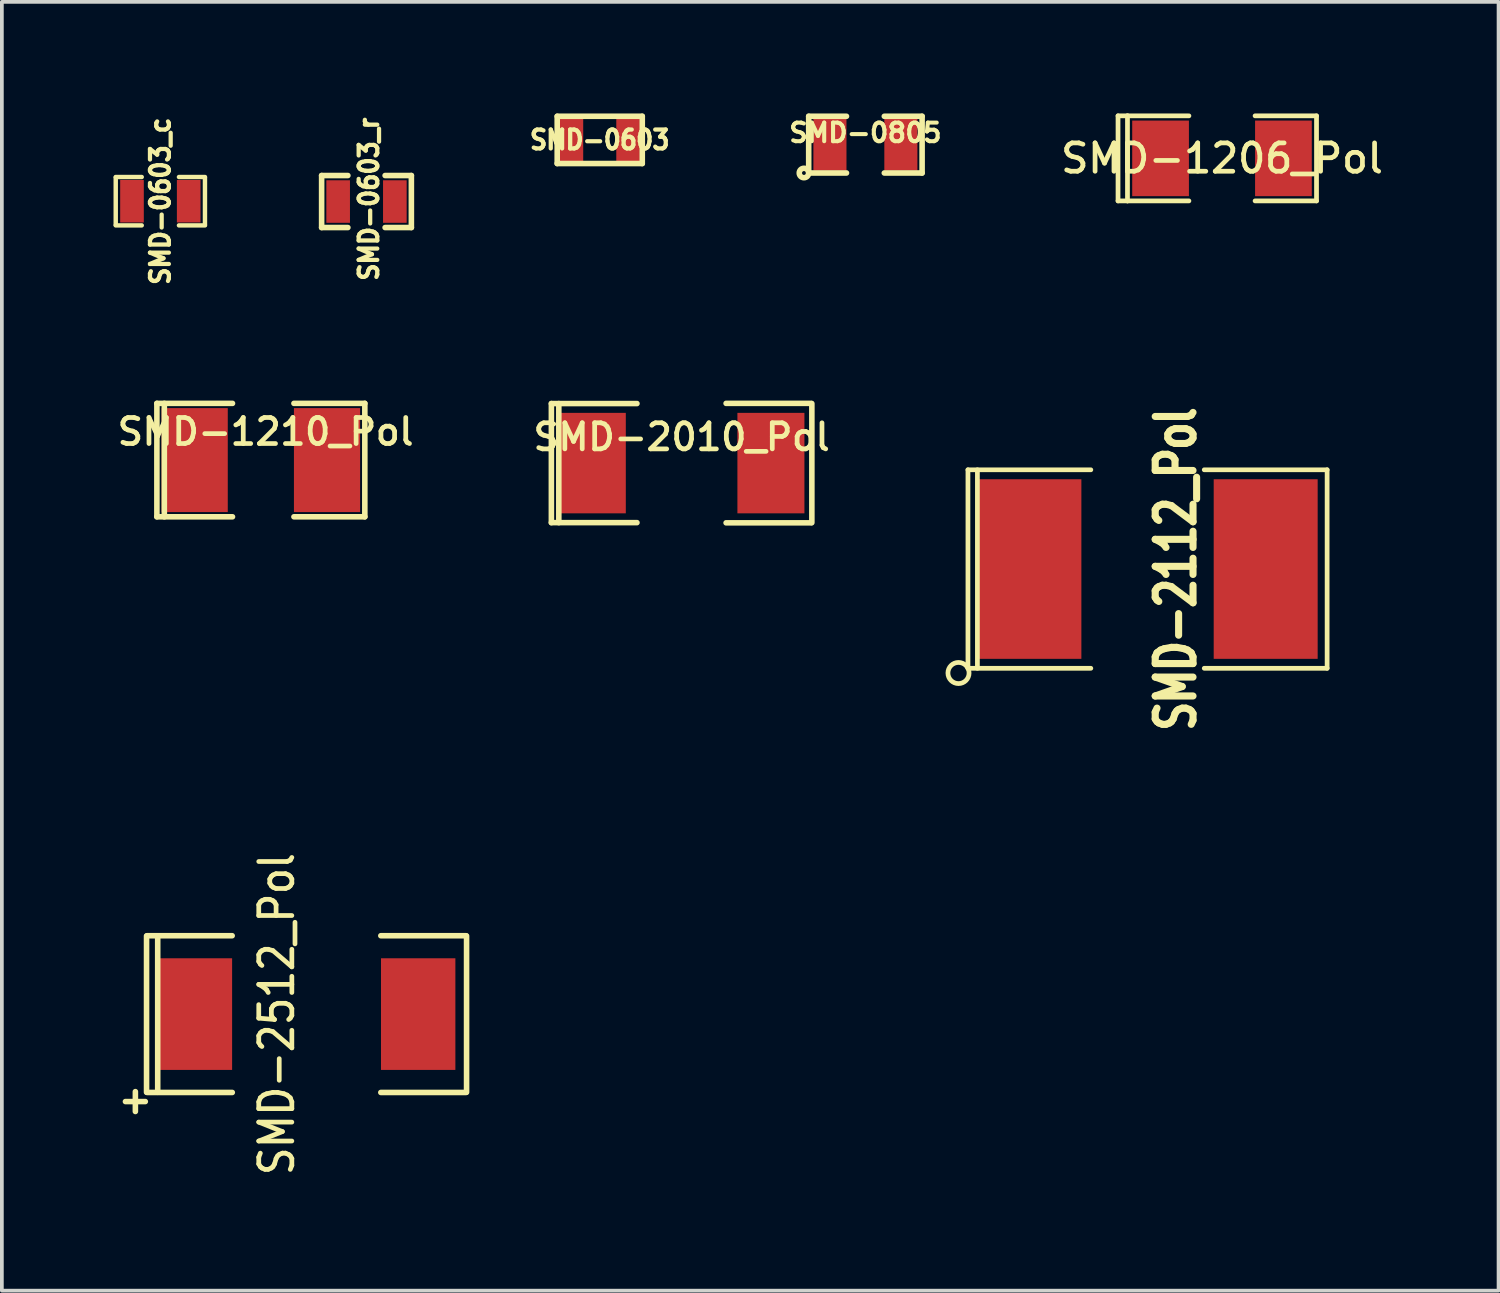
<source format=kicad_pcb>
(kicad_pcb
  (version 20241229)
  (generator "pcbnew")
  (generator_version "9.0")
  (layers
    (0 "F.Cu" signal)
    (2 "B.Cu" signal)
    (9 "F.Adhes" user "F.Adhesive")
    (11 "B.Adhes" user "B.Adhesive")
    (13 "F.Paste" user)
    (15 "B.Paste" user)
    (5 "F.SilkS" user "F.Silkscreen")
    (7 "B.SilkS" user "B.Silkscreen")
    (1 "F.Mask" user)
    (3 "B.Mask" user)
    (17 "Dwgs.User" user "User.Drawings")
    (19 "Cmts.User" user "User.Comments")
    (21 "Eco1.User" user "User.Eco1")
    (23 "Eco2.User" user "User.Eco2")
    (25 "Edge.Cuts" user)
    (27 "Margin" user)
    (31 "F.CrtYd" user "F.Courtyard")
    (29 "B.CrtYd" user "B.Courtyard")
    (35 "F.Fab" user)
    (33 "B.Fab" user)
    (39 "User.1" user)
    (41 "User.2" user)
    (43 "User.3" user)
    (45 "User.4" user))
  (footprint "SMD-2112_Pol"
    (layer "F.Cu")
    (at 27.788 12.242)
    (property "Reference" "SMD-2112_Pol" (at 0.762 0 90) (layer "F.SilkS") (effects (font (size 1.016 0.762) (thickness 0.203))))
    (attr smd)
    (fp_line (start -4.826 -2.667) (end -4.826 2.667) (stroke (width 0.127) (type solid)) (layer "F.SilkS"))
    (fp_line (start -4.572 -2.667) (end -4.572 2.667) (stroke (width 0.127) (type solid)) (layer "F.SilkS"))
    (fp_line (start -1.524 -2.667) (end -4.826 -2.667) (stroke (width 0.127) (type solid)) (layer "F.SilkS"))
    (fp_line (start -1.524 2.667) (end -4.826 2.667) (stroke (width 0.127) (type solid)) (layer "F.SilkS"))
    (fp_line (start 1.524 -2.667) (end 4.826 -2.667) (stroke (width 0.127) (type solid)) (layer "F.SilkS"))
    (fp_line (start 4.826 -2.667) (end 4.826 2.667) (stroke (width 0.127) (type solid)) (layer "F.SilkS"))
    (fp_line (start 4.826 2.667) (end 1.524 2.667) (stroke (width 0.127) (type solid)) (layer "F.SilkS"))
    (fp_circle (center -5.08 2.794) (end -4.826 2.667) (stroke (width 0.127) (type solid)) (fill no) (layer "F.SilkS"))
    (pad "1" smd rect (at -3.175 0) (size 2.794 4.826) (layers "F.Cu" "F.Mask" "F.Paste"))
    (pad "2" smd rect (at 3.175 0) (size 2.794 4.826) (layers "F.Cu" "F.Mask" "F.Paste")))
  (footprint "SMD-0603_r"
    (layer "F.Cu")
    (at 6.799 2.366)
    (property "Reference" "SMD-0603_r" (at 0.064 -0.064 90) (layer "F.SilkS") (effects (font (size 0.5 0.457) (thickness 0.114))))
    (attr smd)
    (fp_line (start -1.206 -0.699) (end -1.206 0.699) (stroke (width 0.15) (type solid)) (layer "F.SilkS"))
    (fp_line (start -1.206 0.699) (end -0.5 0.699) (stroke (width 0.15) (type solid)) (layer "F.SilkS"))
    (fp_line (start -0.5 -0.699) (end -1.206 -0.699) (stroke (width 0.15) (type solid)) (layer "F.SilkS"))
    (fp_line (start 1.206 -0.699) (end 0.5 -0.699) (stroke (width 0.15) (type solid)) (layer "F.SilkS"))
    (fp_line (start 1.206 -0.699) (end 1.206 0.699) (stroke (width 0.15) (type solid)) (layer "F.SilkS"))
    (fp_line (start 1.206 0.699) (end 0.5 0.699) (stroke (width 0.15) (type solid)) (layer "F.SilkS"))
    (pad "1" smd rect (at -0.762 0) (size 0.635 1.143) (layers "F.Cu" "F.Mask" "F.Paste"))
    (pad "2" smd rect (at 0.762 0) (size 0.635 1.143) (layers "F.Cu" "F.Mask" "F.Paste")))
  (footprint "SMD-2010_Pol"
    (layer "F.Cu")
    (at 15.267 9.395)
    (property "Reference" "SMD-2010_Pol" (at 0 -0.7 0) (layer "F.SilkS") (effects (font (size 0.701 0.701) (thickness 0.127))))
    (attr smd)
    (fp_line (start -3.5 -1.6) (end -3.5 1.6) (stroke (width 0.15) (type solid)) (layer "F.SilkS"))
    (fp_line (start -3.5 1.6) (end -1.2 1.6) (stroke (width 0.15) (type solid)) (layer "F.SilkS"))
    (fp_line (start -3.3 -1.6) (end -3.3 1.6) (stroke (width 0.15) (type solid)) (layer "F.SilkS"))
    (fp_line (start -1.2 -1.6) (end -3.5 -1.6) (stroke (width 0.15) (type solid)) (layer "F.SilkS"))
    (fp_line (start 1.196 1.605) (end 3.482 1.605) (stroke (width 0.15) (type solid)) (layer "F.SilkS"))
    (fp_line (start 3.482 -1.605) (end 1.196 -1.605) (stroke (width 0.15) (type solid)) (layer "F.SilkS"))
    (fp_line (start 3.5 -1.6) (end 3.5 1.6) (stroke (width 0.15) (type solid)) (layer "F.SilkS"))
    (pad "1" smd rect (at -2.4 0) (size 1.801 2.7) (layers "F.Cu" "F.Mask" "F.Paste"))
    (pad "2" smd rect (at 2.4 0) (size 1.801 2.7) (layers "F.Cu" "F.Mask" "F.Paste")))
  (footprint "SMD-0603_c"
    (layer "F.Cu")
    (at 1.259 2.357)
    (property "Reference" "SMD-0603_c" (at 0 0 90) (layer "F.SilkS") (effects (font (size 0.508 0.457) (thickness 0.114))))
    (attr smd)
    (fp_line (start -1.199 -0.65) (end -0.5 -0.65) (stroke (width 0.119) (type solid)) (layer "F.SilkS"))
    (fp_line (start -1.199 0.635) (end -1.199 -0.635) (stroke (width 0.119) (type solid)) (layer "F.SilkS"))
    (fp_line (start -0.5 0.65) (end -1.199 0.65) (stroke (width 0.119) (type solid)) (layer "F.SilkS"))
    (fp_line (start 0.5 -0.65) (end 1.199 -0.65) (stroke (width 0.119) (type solid)) (layer "F.SilkS"))
    (fp_line (start 0.5 0.65) (end 1.199 0.65) (stroke (width 0.119) (type solid)) (layer "F.SilkS"))
    (fp_line (start 1.199 -0.635) (end 1.199 0.635) (stroke (width 0.119) (type solid)) (layer "F.SilkS"))
    (pad "1" smd rect (at -0.762 0) (size 0.635 1.143) (layers "F.Cu" "F.Mask" "F.Paste"))
    (pad "2" smd rect (at 0.762 0) (size 0.635 1.143) (layers "F.Cu" "F.Mask" "F.Paste")))
  (footprint "SMD-1206_Pol"
    (layer "F.Cu")
    (at 29.789 1.206)
    (property "Reference" "SMD-1206_Pol" (at 0 0 0) (layer "F.SilkS") (effects (font (size 0.762 0.762) (thickness 0.127))))
    (attr smd)
    (fp_line (start -2.794 -1.143) (end -2.794 1.143) (stroke (width 0.127) (type solid)) (layer "F.SilkS"))
    (fp_line (start -2.794 1.143) (end -2.54 1.143) (stroke (width 0.127) (type solid)) (layer "F.SilkS"))
    (fp_line (start -2.54 -1.143) (end -2.794 -1.143) (stroke (width 0.127) (type solid)) (layer "F.SilkS"))
    (fp_line (start -2.54 -1.143) (end -2.54 1.143) (stroke (width 0.127) (type solid)) (layer "F.SilkS"))
    (fp_line (start -2.54 1.143) (end -0.889 1.143) (stroke (width 0.127) (type solid)) (layer "F.SilkS"))
    (fp_line (start -0.889 -1.143) (end -2.54 -1.143) (stroke (width 0.127) (type solid)) (layer "F.SilkS"))
    (fp_line (start 0.889 -1.143) (end 2.54 -1.143) (stroke (width 0.127) (type solid)) (layer "F.SilkS"))
    (fp_line (start 2.54 -1.143) (end 2.54 1.143) (stroke (width 0.127) (type solid)) (layer "F.SilkS"))
    (fp_line (start 2.54 1.143) (end 0.889 1.143) (stroke (width 0.127) (type solid)) (layer "F.SilkS"))
    (pad "1" smd rect (at -1.651 0) (size 1.524 2.032) (layers "F.Cu" "F.Mask" "F.Paste"))
    (pad "2" smd rect (at 1.651 0) (size 1.524 2.032) (layers "F.Cu" "F.Mask" "F.Paste")))
  (footprint "SMD-2512_Pol"
    (layer "F.Cu")
    (at 5.188 24.202)
    (property "Reference" "SMD-2512_Pol" (at -0.8 0 90) (layer "F.SilkS") (effects (font (size 0.889 0.762) (thickness 0.127))))
    (attr smd)
    (fp_line (start -4.3 -2.101) (end -4.3 2.101) (stroke (width 0.15) (type solid)) (layer "F.SilkS"))
    (fp_line (start -4.282 2.106) (end -1.996 2.106) (stroke (width 0.15) (type solid)) (layer "F.SilkS"))
    (fp_line (start -4 -2.101) (end -4 2.101) (stroke (width 0.15) (type solid)) (layer "F.SilkS"))
    (fp_line (start -1.999 -2.106) (end -4.285 -2.106) (stroke (width 0.15) (type solid)) (layer "F.SilkS"))
    (fp_line (start 1.996 2.106) (end 4.282 2.106) (stroke (width 0.15) (type solid)) (layer "F.SilkS"))
    (fp_line (start 4.282 -2.106) (end 1.996 -2.106) (stroke (width 0.15) (type solid)) (layer "F.SilkS"))
    (fp_line (start 4.3 -2.101) (end 4.3 2.101) (stroke (width 0.15) (type solid)) (layer "F.SilkS"))
    (fp_text user "+" (at -4.6 2.301 0) (layer "F.SilkS") (effects (font (size 0.7 0.7) (thickness 0.15))))
    (pad "1" smd rect (at -3 0) (size 1.999 3) (layers "F.Cu" "F.Mask" "F.Paste"))
    (pad "2" smd rect (at 3 0) (size 1.999 3) (layers "F.Cu" "F.Mask" "F.Paste")))
  (footprint "SMD-0805"
    (layer "F.Cu")
    (at 20.206 0.837)
    (property "Reference" "SMD-0805" (at 0 -0.318 0) (layer "F.SilkS") (effects (font (size 0.5 0.5) (thickness 0.109))))
    (attr smd)
    (fp_line (start -1.524 -0.762) (end -0.508 -0.762) (stroke (width 0.15) (type solid)) (layer "F.SilkS"))
    (fp_line (start -1.524 0.762) (end -1.524 -0.762) (stroke (width 0.15) (type solid)) (layer "F.SilkS"))
    (fp_line (start -0.508 0.762) (end -1.524 0.762) (stroke (width 0.15) (type solid)) (layer "F.SilkS"))
    (fp_line (start 0.508 -0.762) (end 1.524 -0.762) (stroke (width 0.15) (type solid)) (layer "F.SilkS"))
    (fp_line (start 1.524 -0.762) (end 1.524 0.762) (stroke (width 0.15) (type solid)) (layer "F.SilkS"))
    (fp_line (start 1.524 0.762) (end 0.508 0.762) (stroke (width 0.15) (type solid)) (layer "F.SilkS"))
    (fp_circle (center -1.651 0.762) (end -1.651 0.635) (stroke (width 0.15) (type solid)) (fill no) (layer "F.SilkS"))
    (pad "1" smd rect (at -0.953 0) (size 0.889 1.397) (layers "F.Cu" "F.Mask" "F.Paste"))
    (pad "2" smd rect (at 0.953 0) (size 0.889 1.397) (layers "F.Cu" "F.Mask" "F.Paste")))
  (footprint "SMD-1210_Pol"
    (layer "F.Cu")
    (at 3.96 9.314)
    (property "Reference" "SMD-1210_Pol" (at 0.127 -0.762 0) (layer "F.SilkS") (effects (font (size 0.7 0.7) (thickness 0.127))))
    (attr smd)
    (fp_line (start -2.794 -1.524) (end -2.794 1.524) (stroke (width 0.15) (type solid)) (layer "F.SilkS"))
    (fp_line (start -2.794 1.524) (end -0.762 1.524) (stroke (width 0.15) (type solid)) (layer "F.SilkS"))
    (fp_line (start -2.594 -1.524) (end -2.594 1.524) (stroke (width 0.15) (type solid)) (layer "F.SilkS"))
    (fp_line (start -0.762 -1.524) (end -2.794 -1.524) (stroke (width 0.15) (type solid)) (layer "F.SilkS"))
    (fp_line (start 0.889 1.524) (end 2.794 1.524) (stroke (width 0.15) (type solid)) (layer "F.SilkS"))
    (fp_line (start 2.794 -1.524) (end 0.889 -1.524) (stroke (width 0.15) (type solid)) (layer "F.SilkS"))
    (fp_line (start 2.794 1.524) (end 2.794 -1.524) (stroke (width 0.15) (type solid)) (layer "F.SilkS"))
    (pad "1" smd rect (at -1.778 0) (size 1.778 2.794) (layers "F.Cu" "F.Mask" "F.Paste"))
    (pad "2" smd rect (at 1.778 0) (size 1.778 2.794) (layers "F.Cu" "F.Mask" "F.Paste")))
  (footprint "SMD-0603"
    (layer "F.Cu")
    (at 13.067 0.71)
    (property "Reference" "SMD-0603" (at 0 0 0) (layer "F.SilkS") (effects (font (size 0.508 0.457) (thickness 0.114))))
    (attr smd)
    (fp_line (start -1.143 -0.635) (end 1.143 -0.635) (stroke (width 0.15) (type solid)) (layer "F.SilkS"))
    (fp_line (start -1.143 0.635) (end -1.143 -0.635) (stroke (width 0.15) (type solid)) (layer "F.SilkS"))
    (fp_line (start 1.143 -0.635) (end 1.143 0.635) (stroke (width 0.15) (type solid)) (layer "F.SilkS"))
    (fp_line (start 1.143 0.635) (end -1.143 0.635) (stroke (width 0.15) (type solid)) (layer "F.SilkS"))
    (pad "1" smd rect (at -0.762 0) (size 0.635 1.143) (layers "F.Cu" "F.Mask" "F.Paste"))
    (pad "2" smd rect (at 0.762 0) (size 0.635 1.143) (layers "F.Cu" "F.Mask" "F.Paste")))
  (gr_rect
    (start -3 -3)
    (end 37.221 31.634)
    (stroke (width 0.1) (type default))
    (fill no)
    (layer "Edge.Cuts")))
</source>
